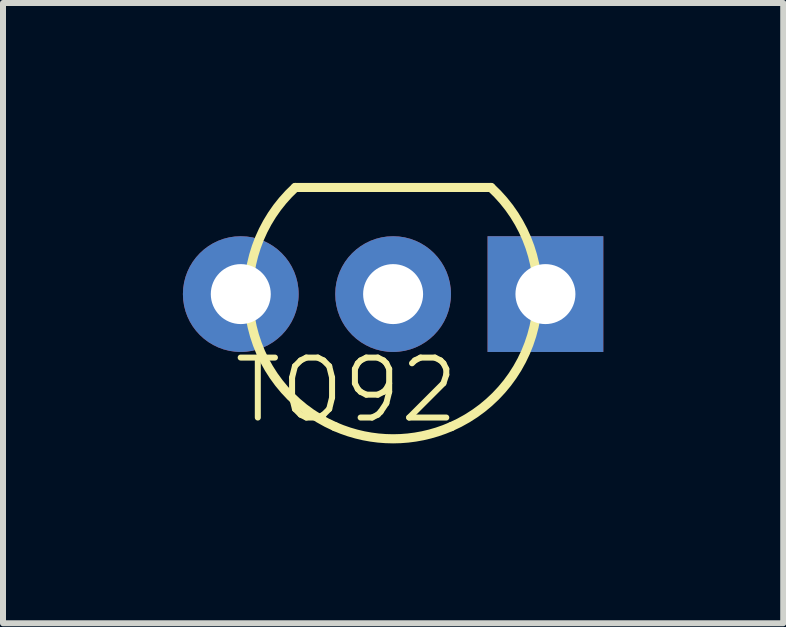
<source format=kicad_pcb>
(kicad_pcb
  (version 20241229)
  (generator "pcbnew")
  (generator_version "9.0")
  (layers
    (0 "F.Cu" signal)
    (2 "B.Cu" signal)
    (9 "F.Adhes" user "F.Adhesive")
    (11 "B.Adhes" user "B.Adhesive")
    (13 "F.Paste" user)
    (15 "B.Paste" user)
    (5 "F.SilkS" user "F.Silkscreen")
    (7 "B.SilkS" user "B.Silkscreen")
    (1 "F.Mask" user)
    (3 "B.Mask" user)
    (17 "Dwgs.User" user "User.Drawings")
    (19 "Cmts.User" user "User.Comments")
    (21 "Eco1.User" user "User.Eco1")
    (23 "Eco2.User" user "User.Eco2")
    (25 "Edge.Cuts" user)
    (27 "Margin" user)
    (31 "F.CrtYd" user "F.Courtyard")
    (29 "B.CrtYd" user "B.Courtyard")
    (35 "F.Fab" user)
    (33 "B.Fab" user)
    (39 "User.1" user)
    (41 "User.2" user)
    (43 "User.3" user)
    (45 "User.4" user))
  (footprint "TO92"
    (layer "F.Cu")
    (at 3.505 1.854)
    (property "Reference" "TO92" (at 1.143 1.016 0) (layer "F.SilkS") (effects (font (size 1 1) (thickness 0.1)) (justify right top)))
    (attr through_hole)
    (fp_line (start 1.631 -1.778) (end -1.631 -1.778) (stroke (width 0.152) (type solid)) (layer "F.SilkS"))
    (fp_arc (start -0.9689 2.2098) (mid -2.380097 0.395238) (end -1.631001 -1.778001) (stroke (width 0.1524) (type solid)) (layer "F.SilkS"))
    (fp_arc (start 0.9692 2.2098) (mid 0 2.412999) (end -0.9692 2.2098) (stroke (width 0.1524) (type solid)) (layer "F.SilkS"))
    (fp_arc (start 1.631 -1.778) (mid 2.380096 0.395238) (end 0.968899 2.209799) (stroke (width 0.1524) (type solid)) (layer "F.SilkS"))
    (pad "1" thru_hole rect (at 2.54 0 180) (size 1.93 1.93) (drill 1) (layers "*.Cu" "*.Mask"))
    (pad "2" thru_hole oval (at 0 0 180) (size 1.93 1.93) (drill 1) (layers "*.Cu" "*.Mask"))
    (pad "3" thru_hole oval (at -2.54 0 180) (size 1.93 1.93) (drill 1) (layers "*.Cu" "*.Mask")))
  (gr_rect
    (start -3 -3)
    (end 10.01 7.343)
    (stroke (width 0.1) (type default))
    (fill no)
    (layer "Edge.Cuts")))
</source>
